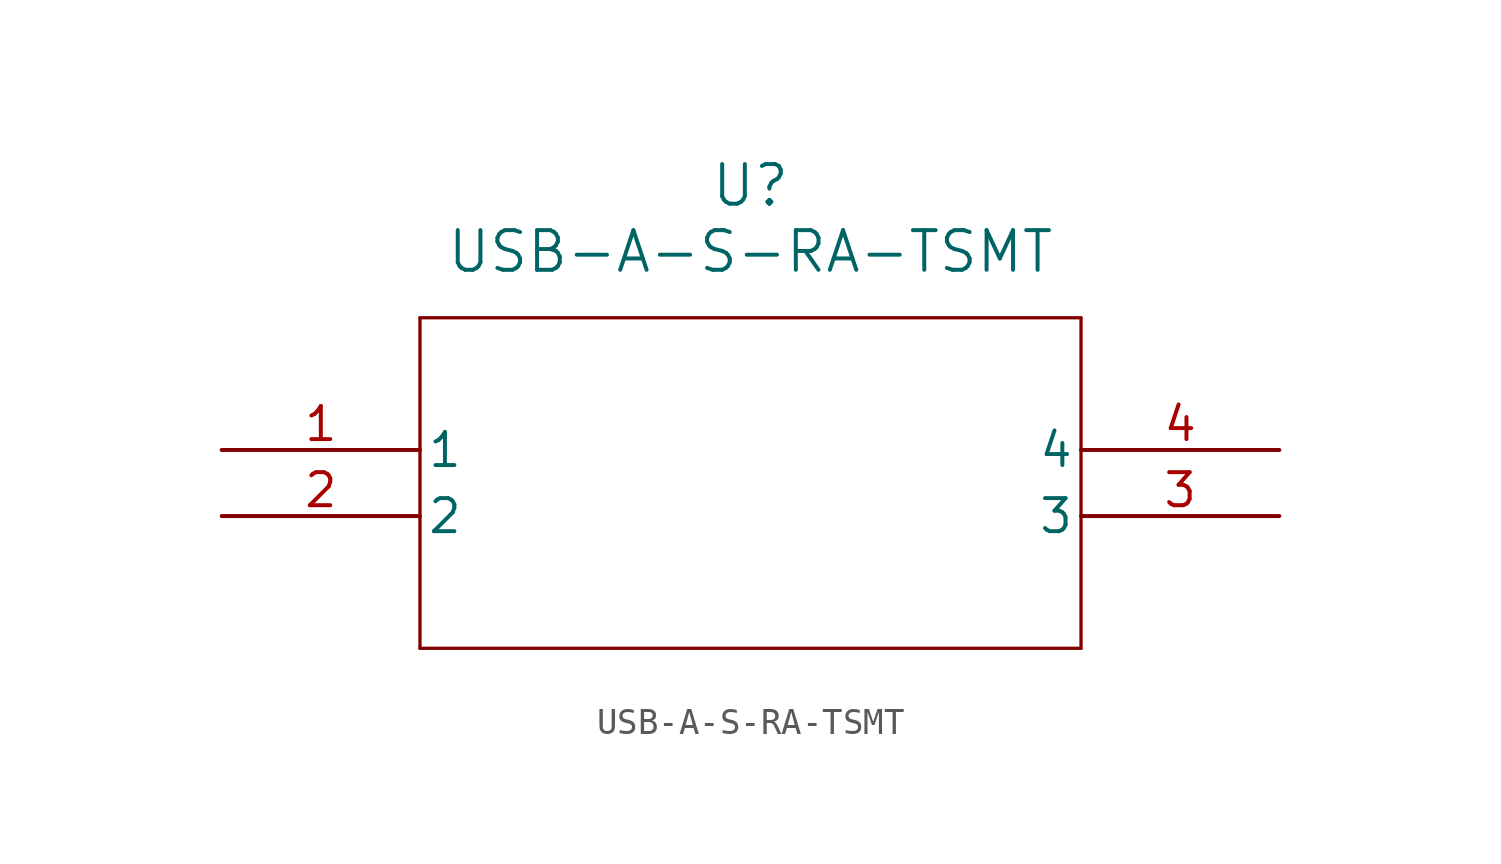
<source format=kicad_sym>
(kicad_symbol_lib
  (version 20211014)
  (generator kicad_symbol_editor)
  (symbol "USB-A-S-RA-TSMT"
    (pin_names
      (offset 0.254))
    (property "Reference" "U"
      (at 20.32 10.16 0)
      (effects (font (size 1.524 1.524))))
    (property "Value" "USB-A-S-RA-TSMT"
      (at 20.32 7.62 0)
      (effects (font (size 1.524 1.524))))
    (symbol "USB-A-S-RA-TSMT_0_1"
      (polyline (pts (xy 7.62 5.08) (xy 7.62 -7.62)) (stroke (width 0.127) (type default) (color 0 0 0 0)) (fill (type none)))
      (polyline (pts (xy 7.62 -7.62) (xy 33.02 -7.62)) (stroke (width 0.127) (type default) (color 0 0 0 0)) (fill (type none)))
      (polyline (pts (xy 33.02 -7.62) (xy 33.02 5.08)) (stroke (width 0.127) (type default) (color 0 0 0 0)) (fill (type none)))
      (polyline (pts (xy 33.02 5.08) (xy 7.62 5.08)) (stroke (width 0.127) (type default) (color 0 0 0 0)) (fill (type none)))
      (pin unspecified line (at 0 0 0) (length 7.62) (name "1" (effects (font (size 1.27 1.27)))) (number "1" (effects (font (size 1.27 1.27)))))
      (pin unspecified line (at 0 -2.54 0) (length 7.62) (name "2" (effects (font (size 1.27 1.27)))) (number "2" (effects (font (size 1.27 1.27)))))
      (pin unspecified line (at 40.64 -2.54 180) (length 7.62) (name "3" (effects (font (size 1.27 1.27)))) (number "3" (effects (font (size 1.27 1.27)))))
      (pin unspecified line (at 40.64 0 180) (length 7.62) (name "4" (effects (font (size 1.27 1.27)))) (number "4" (effects (font (size 1.27 1.27))))))))
</source>
